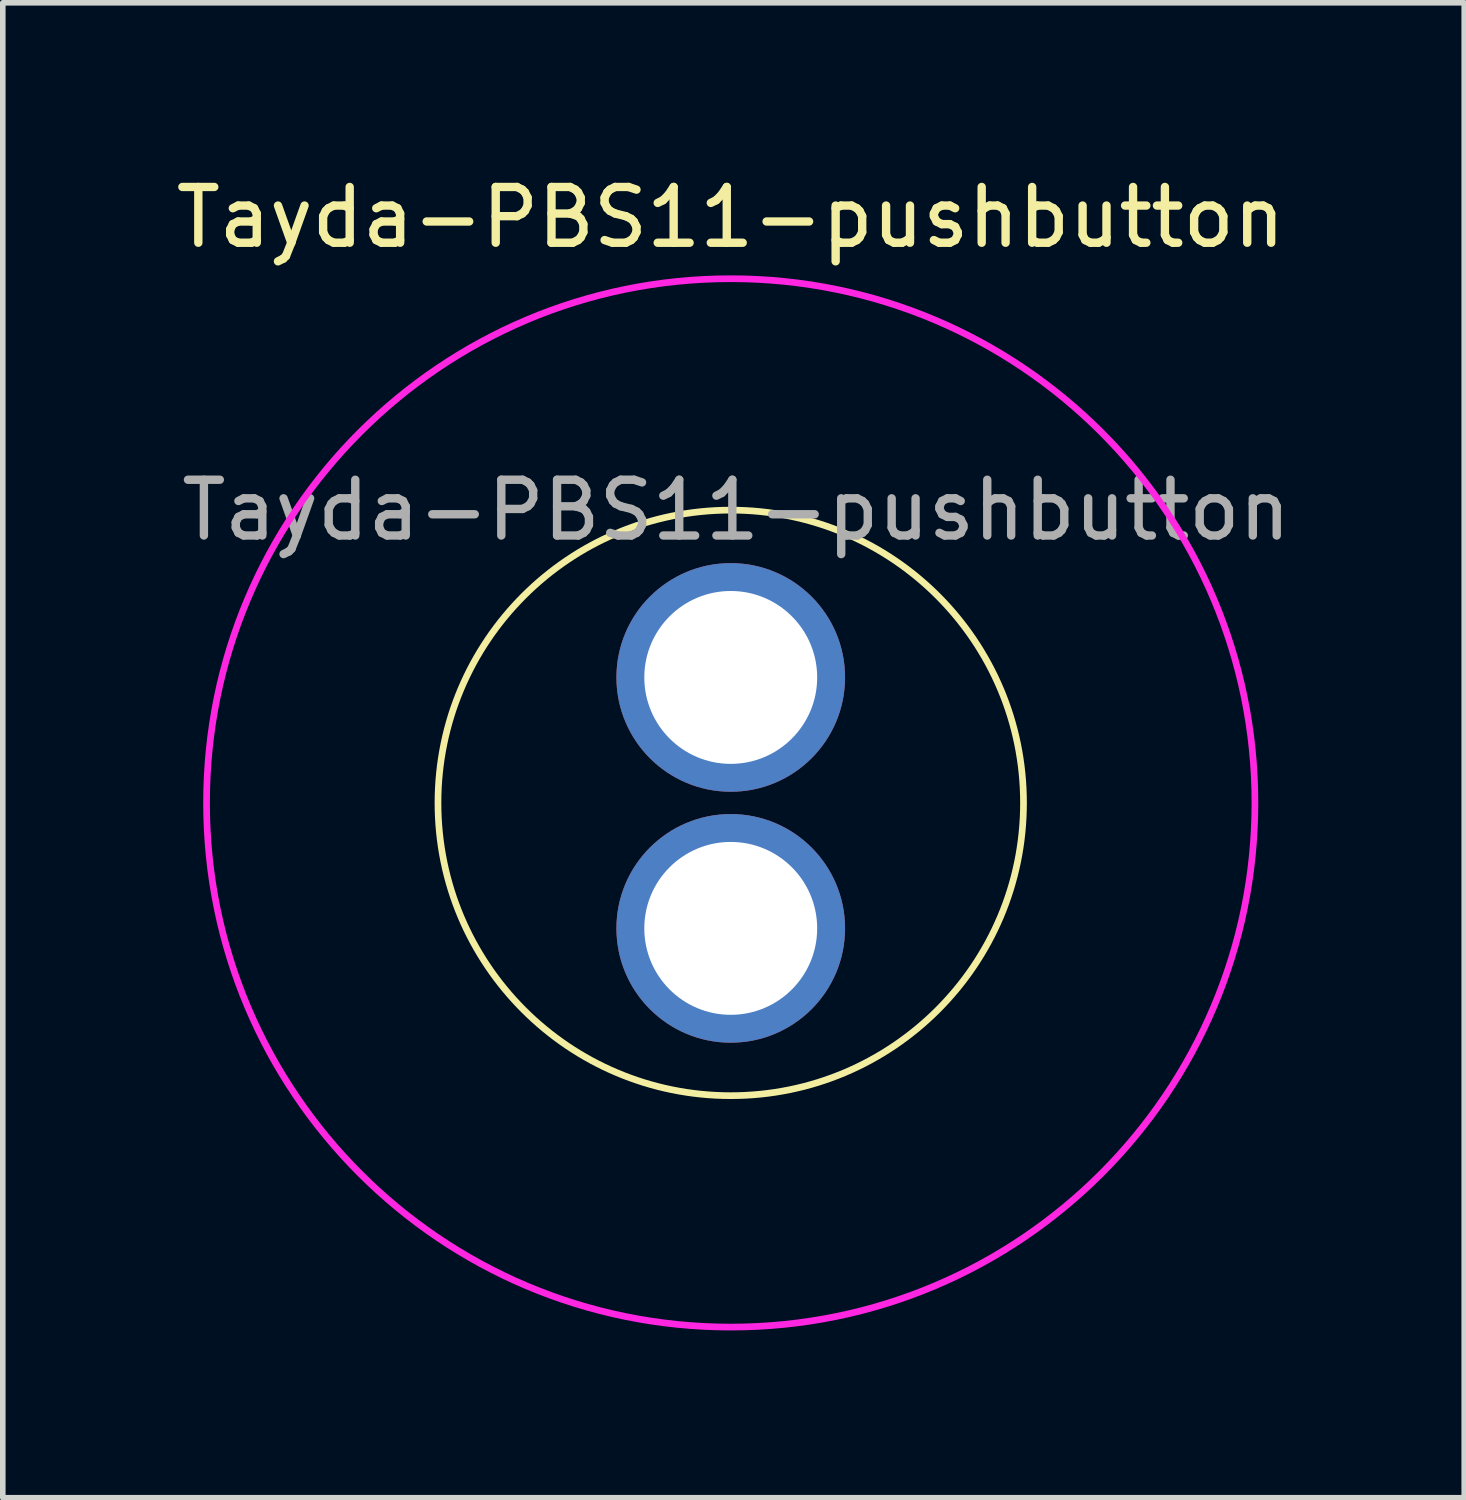
<source format=kicad_pcb>
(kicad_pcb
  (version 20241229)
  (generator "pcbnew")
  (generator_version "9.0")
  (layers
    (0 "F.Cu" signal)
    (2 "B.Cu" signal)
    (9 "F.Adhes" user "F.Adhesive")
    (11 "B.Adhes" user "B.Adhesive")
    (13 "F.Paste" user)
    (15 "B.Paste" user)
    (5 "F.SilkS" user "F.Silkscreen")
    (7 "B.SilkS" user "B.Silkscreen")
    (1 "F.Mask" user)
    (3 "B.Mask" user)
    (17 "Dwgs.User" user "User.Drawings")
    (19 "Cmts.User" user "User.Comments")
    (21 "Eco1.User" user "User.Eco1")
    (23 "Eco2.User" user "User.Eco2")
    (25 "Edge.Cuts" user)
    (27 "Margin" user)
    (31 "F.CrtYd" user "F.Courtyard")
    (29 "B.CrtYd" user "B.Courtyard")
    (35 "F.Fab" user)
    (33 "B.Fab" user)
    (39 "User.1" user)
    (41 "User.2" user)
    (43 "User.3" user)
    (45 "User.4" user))
  (footprint "Tayda-PBS11-pushbutton"
    (layer "F.Cu")
    (at 10.054 11.348)
    (property "Reference" "Tayda-PBS11-pushbutton" (at 0 -10.5 0) (layer "F.SilkS") (effects (font (size 1 1) (thickness 0.15))))
    (attr through_hole)
    (fp_circle (center 0 0) (end 0 5.25) (stroke (width 0.12) (type solid)) (fill no) (layer "F.SilkS"))
    (fp_circle (center 0 0) (end 0.05 9.4) (stroke (width 0.12) (type solid)) (fill no) (layer "F.CrtYd"))
    (fp_text user "${REFERENCE}" (at 0.1 -5.25 0) (layer "F.Fab") (effects (font (size 1 1) (thickness 0.15))))
    (pad "1" thru_hole circle (at 0 2.25) (size 4.1 4.1) (drill 3.1) (layers "*.Cu" "*.Mask"))
    (pad "2" thru_hole circle (at 0 -2.25) (size 4.1 4.1) (drill 3.1) (layers "*.Cu" "*.Mask")))
  (gr_rect
    (start -3 -3)
    (end 23.207 23.808)
    (stroke (width 0.1) (type default))
    (fill no)
    (layer "Edge.Cuts")))
</source>
